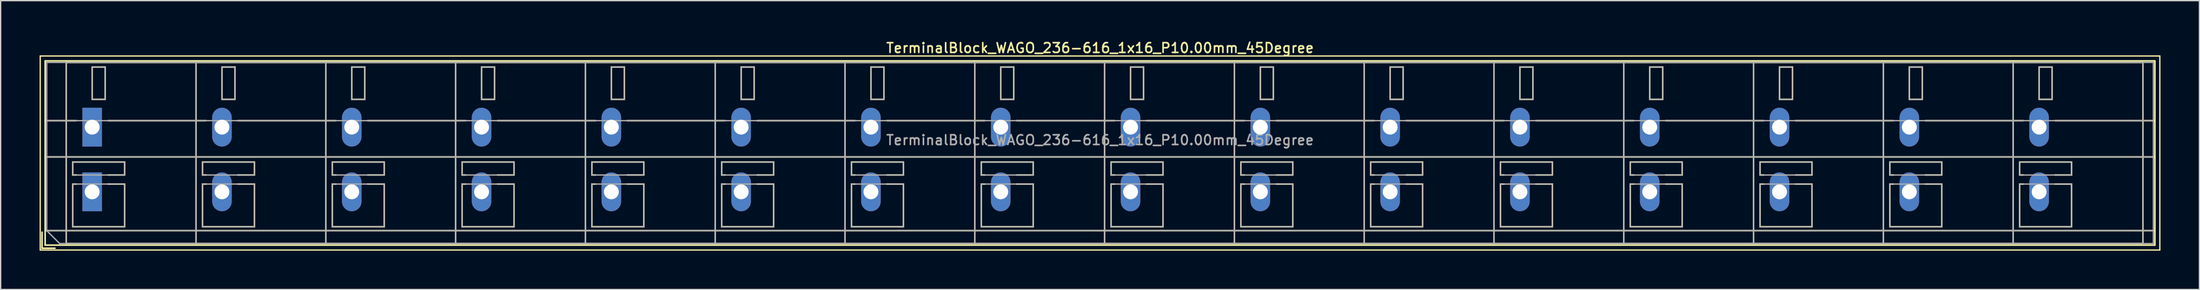
<source format=kicad_pcb>
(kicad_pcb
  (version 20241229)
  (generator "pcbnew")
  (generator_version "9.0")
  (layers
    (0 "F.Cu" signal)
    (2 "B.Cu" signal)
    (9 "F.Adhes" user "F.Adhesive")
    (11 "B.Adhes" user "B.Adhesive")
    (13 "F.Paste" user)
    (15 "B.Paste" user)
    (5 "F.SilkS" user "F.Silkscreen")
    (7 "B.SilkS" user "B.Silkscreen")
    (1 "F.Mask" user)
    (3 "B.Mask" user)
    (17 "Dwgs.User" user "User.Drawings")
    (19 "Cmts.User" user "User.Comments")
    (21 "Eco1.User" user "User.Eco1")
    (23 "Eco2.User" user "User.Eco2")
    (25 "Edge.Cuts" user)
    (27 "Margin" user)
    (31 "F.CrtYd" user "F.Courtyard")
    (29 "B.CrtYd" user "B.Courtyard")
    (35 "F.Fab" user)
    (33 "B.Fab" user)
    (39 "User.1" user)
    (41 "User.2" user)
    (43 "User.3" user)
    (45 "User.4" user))
  (footprint "TerminalBlock_WAGO_236-616_1x16_P10.00mm_45Degree"
    (layer "F.Cu")
    (at 4.05 6.778)
    (property "Reference" "TerminalBlock_WAGO_236-616_1x16_P10.00mm_45Degree" (at 77.65 -6.12 0) (layer "F.SilkS") (effects (font (size 0.75 0.75) (thickness 0.125))))
    (attr through_hole)
    (fp_line (start -4 -5.5) (end -4 9.5) (stroke (width 0.1) (type solid)) (layer "F.SilkS"))
    (fp_line (start -4 9.5) (end 159.3 9.5) (stroke (width 0.1) (type solid)) (layer "F.SilkS"))
    (fp_line (start -3.86 8.12) (end -3.86 9.36) (stroke (width 0.12) (type solid)) (layer "F.SilkS"))
    (fp_line (start -3.86 9.36) (end -2.86 9.36) (stroke (width 0.12) (type solid)) (layer "F.SilkS"))
    (fp_line (start -3.62 -5.12) (end -3.62 9.12) (stroke (width 0.12) (type solid)) (layer "F.SilkS"))
    (fp_line (start -3.62 -5.12) (end 158.92 -5.12) (stroke (width 0.12) (type solid)) (layer "F.SilkS"))
    (fp_line (start -3.62 -0.5) (end -1.23 -0.5) (stroke (width 0.12) (type solid)) (layer "F.SilkS"))
    (fp_line (start -3.62 2.3) (end 158.92 2.3) (stroke (width 0.12) (type solid)) (layer "F.SilkS"))
    (fp_line (start -3.62 8) (end 158.92 8) (stroke (width 0.12) (type solid)) (layer "F.SilkS"))
    (fp_line (start -3.62 9.12) (end 158.92 9.12) (stroke (width 0.12) (type solid)) (layer "F.SilkS"))
    (fp_line (start -2 -5) (end -2 9) (stroke (width 0.12) (type solid)) (layer "F.SilkS"))
    (fp_line (start -2 -5) (end 8 -5) (stroke (width 0.12) (type solid)) (layer "F.SilkS"))
    (fp_line (start -2 9) (end 8 9) (stroke (width 0.12) (type solid)) (layer "F.SilkS"))
    (fp_line (start -1.5 2.7) (end -1.5 3.7) (stroke (width 0.12) (type solid)) (layer "F.SilkS"))
    (fp_line (start -1.5 2.7) (end 2.5 2.7) (stroke (width 0.12) (type solid)) (layer "F.SilkS"))
    (fp_line (start -1.5 3.7) (end -1.23 3.7) (stroke (width 0.12) (type solid)) (layer "F.SilkS"))
    (fp_line (start -1.5 4.4) (end -1.5 7.7) (stroke (width 0.12) (type solid)) (layer "F.SilkS"))
    (fp_line (start -1.5 4.4) (end -1.23 4.4) (stroke (width 0.12) (type solid)) (layer "F.SilkS"))
    (fp_line (start -1.5 7.7) (end 2.5 7.7) (stroke (width 0.12) (type solid)) (layer "F.SilkS"))
    (fp_line (start 0 -4.65) (end 0 -2.151) (stroke (width 0.12) (type solid)) (layer "F.SilkS"))
    (fp_line (start 0 -4.65) (end 1 -4.65) (stroke (width 0.12) (type solid)) (layer "F.SilkS"))
    (fp_line (start 0 -2.151) (end 1 -2.151) (stroke (width 0.12) (type solid)) (layer "F.SilkS"))
    (fp_line (start 1 -4.65) (end 1 -2.151) (stroke (width 0.12) (type solid)) (layer "F.SilkS"))
    (fp_line (start 1.23 -0.5) (end 8.77 -0.5) (stroke (width 0.12) (type solid)) (layer "F.SilkS"))
    (fp_line (start 1.23 3.7) (end 2.5 3.7) (stroke (width 0.12) (type solid)) (layer "F.SilkS"))
    (fp_line (start 1.23 4.4) (end 2.5 4.4) (stroke (width 0.12) (type solid)) (layer "F.SilkS"))
    (fp_line (start 2.5 2.7) (end 2.5 3.7) (stroke (width 0.12) (type solid)) (layer "F.SilkS"))
    (fp_line (start 2.5 4.4) (end 2.5 7.7) (stroke (width 0.12) (type solid)) (layer "F.SilkS"))
    (fp_line (start 8 -5) (end 8 9) (stroke (width 0.12) (type solid)) (layer "F.SilkS"))
    (fp_line (start 8 -5) (end 8 9) (stroke (width 0.12) (type solid)) (layer "F.SilkS"))
    (fp_line (start 8 -5) (end 18 -5) (stroke (width 0.12) (type solid)) (layer "F.SilkS"))
    (fp_line (start 8 9) (end 18 9) (stroke (width 0.12) (type solid)) (layer "F.SilkS"))
    (fp_line (start 8.5 2.7) (end 8.5 3.7) (stroke (width 0.12) (type solid)) (layer "F.SilkS"))
    (fp_line (start 8.5 2.7) (end 12.5 2.7) (stroke (width 0.12) (type solid)) (layer "F.SilkS"))
    (fp_line (start 8.5 3.7) (end 8.77 3.7) (stroke (width 0.12) (type solid)) (layer "F.SilkS"))
    (fp_line (start 8.5 4.4) (end 8.5 7.7) (stroke (width 0.12) (type solid)) (layer "F.SilkS"))
    (fp_line (start 8.5 4.4) (end 8.77 4.4) (stroke (width 0.12) (type solid)) (layer "F.SilkS"))
    (fp_line (start 8.5 7.7) (end 12.5 7.7) (stroke (width 0.12) (type solid)) (layer "F.SilkS"))
    (fp_line (start 10 -4.65) (end 10 -2.151) (stroke (width 0.12) (type solid)) (layer "F.SilkS"))
    (fp_line (start 10 -4.65) (end 11 -4.65) (stroke (width 0.12) (type solid)) (layer "F.SilkS"))
    (fp_line (start 10 -2.151) (end 11 -2.151) (stroke (width 0.12) (type solid)) (layer "F.SilkS"))
    (fp_line (start 11 -4.65) (end 11 -2.151) (stroke (width 0.12) (type solid)) (layer "F.SilkS"))
    (fp_line (start 11.23 -0.5) (end 18.77 -0.5) (stroke (width 0.12) (type solid)) (layer "F.SilkS"))
    (fp_line (start 11.23 3.7) (end 12.5 3.7) (stroke (width 0.12) (type solid)) (layer "F.SilkS"))
    (fp_line (start 11.23 4.4) (end 12.5 4.4) (stroke (width 0.12) (type solid)) (layer "F.SilkS"))
    (fp_line (start 12.5 2.7) (end 12.5 3.7) (stroke (width 0.12) (type solid)) (layer "F.SilkS"))
    (fp_line (start 12.5 4.4) (end 12.5 7.7) (stroke (width 0.12) (type solid)) (layer "F.SilkS"))
    (fp_line (start 18 -5) (end 18 9) (stroke (width 0.12) (type solid)) (layer "F.SilkS"))
    (fp_line (start 18 -5) (end 18 9) (stroke (width 0.12) (type solid)) (layer "F.SilkS"))
    (fp_line (start 18 -5) (end 28 -5) (stroke (width 0.12) (type solid)) (layer "F.SilkS"))
    (fp_line (start 18 9) (end 28 9) (stroke (width 0.12) (type solid)) (layer "F.SilkS"))
    (fp_line (start 18.5 2.7) (end 18.5 3.7) (stroke (width 0.12) (type solid)) (layer "F.SilkS"))
    (fp_line (start 18.5 2.7) (end 22.5 2.7) (stroke (width 0.12) (type solid)) (layer "F.SilkS"))
    (fp_line (start 18.5 3.7) (end 18.77 3.7) (stroke (width 0.12) (type solid)) (layer "F.SilkS"))
    (fp_line (start 18.5 4.4) (end 18.5 7.7) (stroke (width 0.12) (type solid)) (layer "F.SilkS"))
    (fp_line (start 18.5 4.4) (end 18.77 4.4) (stroke (width 0.12) (type solid)) (layer "F.SilkS"))
    (fp_line (start 18.5 7.7) (end 22.5 7.7) (stroke (width 0.12) (type solid)) (layer "F.SilkS"))
    (fp_line (start 20 -4.65) (end 20 -2.151) (stroke (width 0.12) (type solid)) (layer "F.SilkS"))
    (fp_line (start 20 -4.65) (end 21 -4.65) (stroke (width 0.12) (type solid)) (layer "F.SilkS"))
    (fp_line (start 20 -2.151) (end 21 -2.151) (stroke (width 0.12) (type solid)) (layer "F.SilkS"))
    (fp_line (start 21 -4.65) (end 21 -2.151) (stroke (width 0.12) (type solid)) (layer "F.SilkS"))
    (fp_line (start 21.23 -0.5) (end 28.77 -0.5) (stroke (width 0.12) (type solid)) (layer "F.SilkS"))
    (fp_line (start 21.23 3.7) (end 22.5 3.7) (stroke (width 0.12) (type solid)) (layer "F.SilkS"))
    (fp_line (start 21.23 4.4) (end 22.5 4.4) (stroke (width 0.12) (type solid)) (layer "F.SilkS"))
    (fp_line (start 22.5 2.7) (end 22.5 3.7) (stroke (width 0.12) (type solid)) (layer "F.SilkS"))
    (fp_line (start 22.5 4.4) (end 22.5 7.7) (stroke (width 0.12) (type solid)) (layer "F.SilkS"))
    (fp_line (start 28 -5) (end 28 9) (stroke (width 0.12) (type solid)) (layer "F.SilkS"))
    (fp_line (start 28 -5) (end 28 9) (stroke (width 0.12) (type solid)) (layer "F.SilkS"))
    (fp_line (start 28 -5) (end 38 -5) (stroke (width 0.12) (type solid)) (layer "F.SilkS"))
    (fp_line (start 28 9) (end 38 9) (stroke (width 0.12) (type solid)) (layer "F.SilkS"))
    (fp_line (start 28.5 2.7) (end 28.5 3.7) (stroke (width 0.12) (type solid)) (layer "F.SilkS"))
    (fp_line (start 28.5 2.7) (end 32.5 2.7) (stroke (width 0.12) (type solid)) (layer "F.SilkS"))
    (fp_line (start 28.5 3.7) (end 28.77 3.7) (stroke (width 0.12) (type solid)) (layer "F.SilkS"))
    (fp_line (start 28.5 4.4) (end 28.5 7.7) (stroke (width 0.12) (type solid)) (layer "F.SilkS"))
    (fp_line (start 28.5 4.4) (end 28.77 4.4) (stroke (width 0.12) (type solid)) (layer "F.SilkS"))
    (fp_line (start 28.5 7.7) (end 32.5 7.7) (stroke (width 0.12) (type solid)) (layer "F.SilkS"))
    (fp_line (start 30 -4.65) (end 30 -2.151) (stroke (width 0.12) (type solid)) (layer "F.SilkS"))
    (fp_line (start 30 -4.65) (end 31 -4.65) (stroke (width 0.12) (type solid)) (layer "F.SilkS"))
    (fp_line (start 30 -2.151) (end 31 -2.151) (stroke (width 0.12) (type solid)) (layer "F.SilkS"))
    (fp_line (start 31 -4.65) (end 31 -2.151) (stroke (width 0.12) (type solid)) (layer "F.SilkS"))
    (fp_line (start 31.23 -0.5) (end 38.77 -0.5) (stroke (width 0.12) (type solid)) (layer "F.SilkS"))
    (fp_line (start 31.23 3.7) (end 32.5 3.7) (stroke (width 0.12) (type solid)) (layer "F.SilkS"))
    (fp_line (start 31.23 4.4) (end 32.5 4.4) (stroke (width 0.12) (type solid)) (layer "F.SilkS"))
    (fp_line (start 32.5 2.7) (end 32.5 3.7) (stroke (width 0.12) (type solid)) (layer "F.SilkS"))
    (fp_line (start 32.5 4.4) (end 32.5 7.7) (stroke (width 0.12) (type solid)) (layer "F.SilkS"))
    (fp_line (start 38 -5) (end 38 9) (stroke (width 0.12) (type solid)) (layer "F.SilkS"))
    (fp_line (start 38 -5) (end 38 9) (stroke (width 0.12) (type solid)) (layer "F.SilkS"))
    (fp_line (start 38 -5) (end 48 -5) (stroke (width 0.12) (type solid)) (layer "F.SilkS"))
    (fp_line (start 38 9) (end 48 9) (stroke (width 0.12) (type solid)) (layer "F.SilkS"))
    (fp_line (start 38.5 2.7) (end 38.5 3.7) (stroke (width 0.12) (type solid)) (layer "F.SilkS"))
    (fp_line (start 38.5 2.7) (end 42.5 2.7) (stroke (width 0.12) (type solid)) (layer "F.SilkS"))
    (fp_line (start 38.5 3.7) (end 38.77 3.7) (stroke (width 0.12) (type solid)) (layer "F.SilkS"))
    (fp_line (start 38.5 4.4) (end 38.5 7.7) (stroke (width 0.12) (type solid)) (layer "F.SilkS"))
    (fp_line (start 38.5 4.4) (end 38.77 4.4) (stroke (width 0.12) (type solid)) (layer "F.SilkS"))
    (fp_line (start 38.5 7.7) (end 42.5 7.7) (stroke (width 0.12) (type solid)) (layer "F.SilkS"))
    (fp_line (start 40 -4.65) (end 40 -2.151) (stroke (width 0.12) (type solid)) (layer "F.SilkS"))
    (fp_line (start 40 -4.65) (end 41 -4.65) (stroke (width 0.12) (type solid)) (layer "F.SilkS"))
    (fp_line (start 40 -2.151) (end 41 -2.151) (stroke (width 0.12) (type solid)) (layer "F.SilkS"))
    (fp_line (start 41 -4.65) (end 41 -2.151) (stroke (width 0.12) (type solid)) (layer "F.SilkS"))
    (fp_line (start 41.23 -0.5) (end 48.77 -0.5) (stroke (width 0.12) (type solid)) (layer "F.SilkS"))
    (fp_line (start 41.23 3.7) (end 42.5 3.7) (stroke (width 0.12) (type solid)) (layer "F.SilkS"))
    (fp_line (start 41.23 4.4) (end 42.5 4.4) (stroke (width 0.12) (type solid)) (layer "F.SilkS"))
    (fp_line (start 42.5 2.7) (end 42.5 3.7) (stroke (width 0.12) (type solid)) (layer "F.SilkS"))
    (fp_line (start 42.5 4.4) (end 42.5 7.7) (stroke (width 0.12) (type solid)) (layer "F.SilkS"))
    (fp_line (start 48 -5) (end 48 9) (stroke (width 0.12) (type solid)) (layer "F.SilkS"))
    (fp_line (start 48 -5) (end 48 9) (stroke (width 0.12) (type solid)) (layer "F.SilkS"))
    (fp_line (start 48 -5) (end 58 -5) (stroke (width 0.12) (type solid)) (layer "F.SilkS"))
    (fp_line (start 48 9) (end 58 9) (stroke (width 0.12) (type solid)) (layer "F.SilkS"))
    (fp_line (start 48.5 2.7) (end 48.5 3.7) (stroke (width 0.12) (type solid)) (layer "F.SilkS"))
    (fp_line (start 48.5 2.7) (end 52.5 2.7) (stroke (width 0.12) (type solid)) (layer "F.SilkS"))
    (fp_line (start 48.5 3.7) (end 48.77 3.7) (stroke (width 0.12) (type solid)) (layer "F.SilkS"))
    (fp_line (start 48.5 4.4) (end 48.5 7.7) (stroke (width 0.12) (type solid)) (layer "F.SilkS"))
    (fp_line (start 48.5 4.4) (end 48.77 4.4) (stroke (width 0.12) (type solid)) (layer "F.SilkS"))
    (fp_line (start 48.5 7.7) (end 52.5 7.7) (stroke (width 0.12) (type solid)) (layer "F.SilkS"))
    (fp_line (start 50 -4.65) (end 50 -2.151) (stroke (width 0.12) (type solid)) (layer "F.SilkS"))
    (fp_line (start 50 -4.65) (end 51 -4.65) (stroke (width 0.12) (type solid)) (layer "F.SilkS"))
    (fp_line (start 50 -2.151) (end 51 -2.151) (stroke (width 0.12) (type solid)) (layer "F.SilkS"))
    (fp_line (start 51 -4.65) (end 51 -2.151) (stroke (width 0.12) (type solid)) (layer "F.SilkS"))
    (fp_line (start 51.23 -0.5) (end 58.77 -0.5) (stroke (width 0.12) (type solid)) (layer "F.SilkS"))
    (fp_line (start 51.23 3.7) (end 52.5 3.7) (stroke (width 0.12) (type solid)) (layer "F.SilkS"))
    (fp_line (start 51.23 4.4) (end 52.5 4.4) (stroke (width 0.12) (type solid)) (layer "F.SilkS"))
    (fp_line (start 52.5 2.7) (end 52.5 3.7) (stroke (width 0.12) (type solid)) (layer "F.SilkS"))
    (fp_line (start 52.5 4.4) (end 52.5 7.7) (stroke (width 0.12) (type solid)) (layer "F.SilkS"))
    (fp_line (start 58 -5) (end 58 9) (stroke (width 0.12) (type solid)) (layer "F.SilkS"))
    (fp_line (start 58 -5) (end 58 9) (stroke (width 0.12) (type solid)) (layer "F.SilkS"))
    (fp_line (start 58 -5) (end 68 -5) (stroke (width 0.12) (type solid)) (layer "F.SilkS"))
    (fp_line (start 58 9) (end 68 9) (stroke (width 0.12) (type solid)) (layer "F.SilkS"))
    (fp_line (start 58.5 2.7) (end 58.5 3.7) (stroke (width 0.12) (type solid)) (layer "F.SilkS"))
    (fp_line (start 58.5 2.7) (end 62.5 2.7) (stroke (width 0.12) (type solid)) (layer "F.SilkS"))
    (fp_line (start 58.5 3.7) (end 58.77 3.7) (stroke (width 0.12) (type solid)) (layer "F.SilkS"))
    (fp_line (start 58.5 4.4) (end 58.5 7.7) (stroke (width 0.12) (type solid)) (layer "F.SilkS"))
    (fp_line (start 58.5 4.4) (end 58.77 4.4) (stroke (width 0.12) (type solid)) (layer "F.SilkS"))
    (fp_line (start 58.5 7.7) (end 62.5 7.7) (stroke (width 0.12) (type solid)) (layer "F.SilkS"))
    (fp_line (start 60 -4.65) (end 60 -2.151) (stroke (width 0.12) (type solid)) (layer "F.SilkS"))
    (fp_line (start 60 -4.65) (end 61 -4.65) (stroke (width 0.12) (type solid)) (layer "F.SilkS"))
    (fp_line (start 60 -2.151) (end 61 -2.151) (stroke (width 0.12) (type solid)) (layer "F.SilkS"))
    (fp_line (start 61 -4.65) (end 61 -2.151) (stroke (width 0.12) (type solid)) (layer "F.SilkS"))
    (fp_line (start 61.23 -0.5) (end 68.77 -0.5) (stroke (width 0.12) (type solid)) (layer "F.SilkS"))
    (fp_line (start 61.23 3.7) (end 62.5 3.7) (stroke (width 0.12) (type solid)) (layer "F.SilkS"))
    (fp_line (start 61.23 4.4) (end 62.5 4.4) (stroke (width 0.12) (type solid)) (layer "F.SilkS"))
    (fp_line (start 62.5 2.7) (end 62.5 3.7) (stroke (width 0.12) (type solid)) (layer "F.SilkS"))
    (fp_line (start 62.5 4.4) (end 62.5 7.7) (stroke (width 0.12) (type solid)) (layer "F.SilkS"))
    (fp_line (start 68 -5) (end 68 9) (stroke (width 0.12) (type solid)) (layer "F.SilkS"))
    (fp_line (start 68 -5) (end 68 9) (stroke (width 0.12) (type solid)) (layer "F.SilkS"))
    (fp_line (start 68 -5) (end 78 -5) (stroke (width 0.12) (type solid)) (layer "F.SilkS"))
    (fp_line (start 68 9) (end 78 9) (stroke (width 0.12) (type solid)) (layer "F.SilkS"))
    (fp_line (start 68.5 2.7) (end 68.5 3.7) (stroke (width 0.12) (type solid)) (layer "F.SilkS"))
    (fp_line (start 68.5 2.7) (end 72.5 2.7) (stroke (width 0.12) (type solid)) (layer "F.SilkS"))
    (fp_line (start 68.5 3.7) (end 68.77 3.7) (stroke (width 0.12) (type solid)) (layer "F.SilkS"))
    (fp_line (start 68.5 4.4) (end 68.5 7.7) (stroke (width 0.12) (type solid)) (layer "F.SilkS"))
    (fp_line (start 68.5 4.4) (end 68.77 4.4) (stroke (width 0.12) (type solid)) (layer "F.SilkS"))
    (fp_line (start 68.5 7.7) (end 72.5 7.7) (stroke (width 0.12) (type solid)) (layer "F.SilkS"))
    (fp_line (start 70 -4.65) (end 70 -2.151) (stroke (width 0.12) (type solid)) (layer "F.SilkS"))
    (fp_line (start 70 -4.65) (end 71 -4.65) (stroke (width 0.12) (type solid)) (layer "F.SilkS"))
    (fp_line (start 70 -2.151) (end 71 -2.151) (stroke (width 0.12) (type solid)) (layer "F.SilkS"))
    (fp_line (start 71 -4.65) (end 71 -2.151) (stroke (width 0.12) (type solid)) (layer "F.SilkS"))
    (fp_line (start 71.23 -0.5) (end 78.77 -0.5) (stroke (width 0.12) (type solid)) (layer "F.SilkS"))
    (fp_line (start 71.23 3.7) (end 72.5 3.7) (stroke (width 0.12) (type solid)) (layer "F.SilkS"))
    (fp_line (start 71.23 4.4) (end 72.5 4.4) (stroke (width 0.12) (type solid)) (layer "F.SilkS"))
    (fp_line (start 72.5 2.7) (end 72.5 3.7) (stroke (width 0.12) (type solid)) (layer "F.SilkS"))
    (fp_line (start 72.5 4.4) (end 72.5 7.7) (stroke (width 0.12) (type solid)) (layer "F.SilkS"))
    (fp_line (start 78 -5) (end 78 9) (stroke (width 0.12) (type solid)) (layer "F.SilkS"))
    (fp_line (start 78 -5) (end 78 9) (stroke (width 0.12) (type solid)) (layer "F.SilkS"))
    (fp_line (start 78 -5) (end 88 -5) (stroke (width 0.12) (type solid)) (layer "F.SilkS"))
    (fp_line (start 78 9) (end 88 9) (stroke (width 0.12) (type solid)) (layer "F.SilkS"))
    (fp_line (start 78.5 2.7) (end 78.5 3.7) (stroke (width 0.12) (type solid)) (layer "F.SilkS"))
    (fp_line (start 78.5 2.7) (end 82.5 2.7) (stroke (width 0.12) (type solid)) (layer "F.SilkS"))
    (fp_line (start 78.5 3.7) (end 78.77 3.7) (stroke (width 0.12) (type solid)) (layer "F.SilkS"))
    (fp_line (start 78.5 4.4) (end 78.5 7.7) (stroke (width 0.12) (type solid)) (layer "F.SilkS"))
    (fp_line (start 78.5 4.4) (end 78.77 4.4) (stroke (width 0.12) (type solid)) (layer "F.SilkS"))
    (fp_line (start 78.5 7.7) (end 82.5 7.7) (stroke (width 0.12) (type solid)) (layer "F.SilkS"))
    (fp_line (start 80 -4.65) (end 80 -2.151) (stroke (width 0.12) (type solid)) (layer "F.SilkS"))
    (fp_line (start 80 -4.65) (end 81 -4.65) (stroke (width 0.12) (type solid)) (layer "F.SilkS"))
    (fp_line (start 80 -2.151) (end 81 -2.151) (stroke (width 0.12) (type solid)) (layer "F.SilkS"))
    (fp_line (start 81 -4.65) (end 81 -2.151) (stroke (width 0.12) (type solid)) (layer "F.SilkS"))
    (fp_line (start 81.23 -0.5) (end 88.77 -0.5) (stroke (width 0.12) (type solid)) (layer "F.SilkS"))
    (fp_line (start 81.23 3.7) (end 82.5 3.7) (stroke (width 0.12) (type solid)) (layer "F.SilkS"))
    (fp_line (start 81.23 4.4) (end 82.5 4.4) (stroke (width 0.12) (type solid)) (layer "F.SilkS"))
    (fp_line (start 82.5 2.7) (end 82.5 3.7) (stroke (width 0.12) (type solid)) (layer "F.SilkS"))
    (fp_line (start 82.5 4.4) (end 82.5 7.7) (stroke (width 0.12) (type solid)) (layer "F.SilkS"))
    (fp_line (start 88 -5) (end 88 9) (stroke (width 0.12) (type solid)) (layer "F.SilkS"))
    (fp_line (start 88 -5) (end 88 9) (stroke (width 0.12) (type solid)) (layer "F.SilkS"))
    (fp_line (start 88 -5) (end 98 -5) (stroke (width 0.12) (type solid)) (layer "F.SilkS"))
    (fp_line (start 88 9) (end 98 9) (stroke (width 0.12) (type solid)) (layer "F.SilkS"))
    (fp_line (start 88.5 2.7) (end 88.5 3.7) (stroke (width 0.12) (type solid)) (layer "F.SilkS"))
    (fp_line (start 88.5 2.7) (end 92.5 2.7) (stroke (width 0.12) (type solid)) (layer "F.SilkS"))
    (fp_line (start 88.5 3.7) (end 88.77 3.7) (stroke (width 0.12) (type solid)) (layer "F.SilkS"))
    (fp_line (start 88.5 4.4) (end 88.5 7.7) (stroke (width 0.12) (type solid)) (layer "F.SilkS"))
    (fp_line (start 88.5 4.4) (end 88.77 4.4) (stroke (width 0.12) (type solid)) (layer "F.SilkS"))
    (fp_line (start 88.5 7.7) (end 92.5 7.7) (stroke (width 0.12) (type solid)) (layer "F.SilkS"))
    (fp_line (start 90 -4.65) (end 90 -2.151) (stroke (width 0.12) (type solid)) (layer "F.SilkS"))
    (fp_line (start 90 -4.65) (end 91 -4.65) (stroke (width 0.12) (type solid)) (layer "F.SilkS"))
    (fp_line (start 90 -2.151) (end 91 -2.151) (stroke (width 0.12) (type solid)) (layer "F.SilkS"))
    (fp_line (start 91 -4.65) (end 91 -2.151) (stroke (width 0.12) (type solid)) (layer "F.SilkS"))
    (fp_line (start 91.23 -0.5) (end 98.77 -0.5) (stroke (width 0.12) (type solid)) (layer "F.SilkS"))
    (fp_line (start 91.23 3.7) (end 92.5 3.7) (stroke (width 0.12) (type solid)) (layer "F.SilkS"))
    (fp_line (start 91.23 4.4) (end 92.5 4.4) (stroke (width 0.12) (type solid)) (layer "F.SilkS"))
    (fp_line (start 92.5 2.7) (end 92.5 3.7) (stroke (width 0.12) (type solid)) (layer "F.SilkS"))
    (fp_line (start 92.5 4.4) (end 92.5 7.7) (stroke (width 0.12) (type solid)) (layer "F.SilkS"))
    (fp_line (start 98 -5) (end 98 9) (stroke (width 0.12) (type solid)) (layer "F.SilkS"))
    (fp_line (start 98 -5) (end 98 9) (stroke (width 0.12) (type solid)) (layer "F.SilkS"))
    (fp_line (start 98 -5) (end 108 -5) (stroke (width 0.12) (type solid)) (layer "F.SilkS"))
    (fp_line (start 98 9) (end 108 9) (stroke (width 0.12) (type solid)) (layer "F.SilkS"))
    (fp_line (start 98.5 2.7) (end 98.5 3.7) (stroke (width 0.12) (type solid)) (layer "F.SilkS"))
    (fp_line (start 98.5 2.7) (end 102.5 2.7) (stroke (width 0.12) (type solid)) (layer "F.SilkS"))
    (fp_line (start 98.5 3.7) (end 98.77 3.7) (stroke (width 0.12) (type solid)) (layer "F.SilkS"))
    (fp_line (start 98.5 4.4) (end 98.5 7.7) (stroke (width 0.12) (type solid)) (layer "F.SilkS"))
    (fp_line (start 98.5 4.4) (end 98.77 4.4) (stroke (width 0.12) (type solid)) (layer "F.SilkS"))
    (fp_line (start 98.5 7.7) (end 102.5 7.7) (stroke (width 0.12) (type solid)) (layer "F.SilkS"))
    (fp_line (start 100 -4.65) (end 100 -2.151) (stroke (width 0.12) (type solid)) (layer "F.SilkS"))
    (fp_line (start 100 -4.65) (end 101 -4.65) (stroke (width 0.12) (type solid)) (layer "F.SilkS"))
    (fp_line (start 100 -2.151) (end 101 -2.151) (stroke (width 0.12) (type solid)) (layer "F.SilkS"))
    (fp_line (start 101 -4.65) (end 101 -2.151) (stroke (width 0.12) (type solid)) (layer "F.SilkS"))
    (fp_line (start 101.23 -0.5) (end 108.77 -0.5) (stroke (width 0.12) (type solid)) (layer "F.SilkS"))
    (fp_line (start 101.23 3.7) (end 102.5 3.7) (stroke (width 0.12) (type solid)) (layer "F.SilkS"))
    (fp_line (start 101.23 4.4) (end 102.5 4.4) (stroke (width 0.12) (type solid)) (layer "F.SilkS"))
    (fp_line (start 102.5 2.7) (end 102.5 3.7) (stroke (width 0.12) (type solid)) (layer "F.SilkS"))
    (fp_line (start 102.5 4.4) (end 102.5 7.7) (stroke (width 0.12) (type solid)) (layer "F.SilkS"))
    (fp_line (start 108 -5) (end 108 9) (stroke (width 0.12) (type solid)) (layer "F.SilkS"))
    (fp_line (start 108 -5) (end 108 9) (stroke (width 0.12) (type solid)) (layer "F.SilkS"))
    (fp_line (start 108 -5) (end 118 -5) (stroke (width 0.12) (type solid)) (layer "F.SilkS"))
    (fp_line (start 108 9) (end 118 9) (stroke (width 0.12) (type solid)) (layer "F.SilkS"))
    (fp_line (start 108.5 2.7) (end 108.5 3.7) (stroke (width 0.12) (type solid)) (layer "F.SilkS"))
    (fp_line (start 108.5 2.7) (end 112.5 2.7) (stroke (width 0.12) (type solid)) (layer "F.SilkS"))
    (fp_line (start 108.5 3.7) (end 108.77 3.7) (stroke (width 0.12) (type solid)) (layer "F.SilkS"))
    (fp_line (start 108.5 4.4) (end 108.5 7.7) (stroke (width 0.12) (type solid)) (layer "F.SilkS"))
    (fp_line (start 108.5 4.4) (end 108.77 4.4) (stroke (width 0.12) (type solid)) (layer "F.SilkS"))
    (fp_line (start 108.5 7.7) (end 112.5 7.7) (stroke (width 0.12) (type solid)) (layer "F.SilkS"))
    (fp_line (start 110 -4.65) (end 110 -2.151) (stroke (width 0.12) (type solid)) (layer "F.SilkS"))
    (fp_line (start 110 -4.65) (end 111 -4.65) (stroke (width 0.12) (type solid)) (layer "F.SilkS"))
    (fp_line (start 110 -2.151) (end 111 -2.151) (stroke (width 0.12) (type solid)) (layer "F.SilkS"))
    (fp_line (start 111 -4.65) (end 111 -2.151) (stroke (width 0.12) (type solid)) (layer "F.SilkS"))
    (fp_line (start 111.23 -0.5) (end 118.77 -0.5) (stroke (width 0.12) (type solid)) (layer "F.SilkS"))
    (fp_line (start 111.23 3.7) (end 112.5 3.7) (stroke (width 0.12) (type solid)) (layer "F.SilkS"))
    (fp_line (start 111.23 4.4) (end 112.5 4.4) (stroke (width 0.12) (type solid)) (layer "F.SilkS"))
    (fp_line (start 112.5 2.7) (end 112.5 3.7) (stroke (width 0.12) (type solid)) (layer "F.SilkS"))
    (fp_line (start 112.5 4.4) (end 112.5 7.7) (stroke (width 0.12) (type solid)) (layer "F.SilkS"))
    (fp_line (start 118 -5) (end 118 9) (stroke (width 0.12) (type solid)) (layer "F.SilkS"))
    (fp_line (start 118 -5) (end 118 9) (stroke (width 0.12) (type solid)) (layer "F.SilkS"))
    (fp_line (start 118 -5) (end 128 -5) (stroke (width 0.12) (type solid)) (layer "F.SilkS"))
    (fp_line (start 118 9) (end 128 9) (stroke (width 0.12) (type solid)) (layer "F.SilkS"))
    (fp_line (start 118.5 2.7) (end 118.5 3.7) (stroke (width 0.12) (type solid)) (layer "F.SilkS"))
    (fp_line (start 118.5 2.7) (end 122.5 2.7) (stroke (width 0.12) (type solid)) (layer "F.SilkS"))
    (fp_line (start 118.5 3.7) (end 118.77 3.7) (stroke (width 0.12) (type solid)) (layer "F.SilkS"))
    (fp_line (start 118.5 4.4) (end 118.5 7.7) (stroke (width 0.12) (type solid)) (layer "F.SilkS"))
    (fp_line (start 118.5 4.4) (end 118.77 4.4) (stroke (width 0.12) (type solid)) (layer "F.SilkS"))
    (fp_line (start 118.5 7.7) (end 122.5 7.7) (stroke (width 0.12) (type solid)) (layer "F.SilkS"))
    (fp_line (start 120 -4.65) (end 120 -2.151) (stroke (width 0.12) (type solid)) (layer "F.SilkS"))
    (fp_line (start 120 -4.65) (end 121 -4.65) (stroke (width 0.12) (type solid)) (layer "F.SilkS"))
    (fp_line (start 120 -2.151) (end 121 -2.151) (stroke (width 0.12) (type solid)) (layer "F.SilkS"))
    (fp_line (start 121 -4.65) (end 121 -2.151) (stroke (width 0.12) (type solid)) (layer "F.SilkS"))
    (fp_line (start 121.23 -0.5) (end 128.771 -0.5) (stroke (width 0.12) (type solid)) (layer "F.SilkS"))
    (fp_line (start 121.23 3.7) (end 122.5 3.7) (stroke (width 0.12) (type solid)) (layer "F.SilkS"))
    (fp_line (start 121.23 4.4) (end 122.5 4.4) (stroke (width 0.12) (type solid)) (layer "F.SilkS"))
    (fp_line (start 122.5 2.7) (end 122.5 3.7) (stroke (width 0.12) (type solid)) (layer "F.SilkS"))
    (fp_line (start 122.5 4.4) (end 122.5 7.7) (stroke (width 0.12) (type solid)) (layer "F.SilkS"))
    (fp_line (start 128 -5) (end 128 9) (stroke (width 0.12) (type solid)) (layer "F.SilkS"))
    (fp_line (start 128 -5) (end 128 9) (stroke (width 0.12) (type solid)) (layer "F.SilkS"))
    (fp_line (start 128 -5) (end 138 -5) (stroke (width 0.12) (type solid)) (layer "F.SilkS"))
    (fp_line (start 128 9) (end 138 9) (stroke (width 0.12) (type solid)) (layer "F.SilkS"))
    (fp_line (start 128.5 2.7) (end 128.5 3.7) (stroke (width 0.12) (type solid)) (layer "F.SilkS"))
    (fp_line (start 128.5 2.7) (end 132.5 2.7) (stroke (width 0.12) (type solid)) (layer "F.SilkS"))
    (fp_line (start 128.5 3.7) (end 128.771 3.7) (stroke (width 0.12) (type solid)) (layer "F.SilkS"))
    (fp_line (start 128.5 4.4) (end 128.5 7.7) (stroke (width 0.12) (type solid)) (layer "F.SilkS"))
    (fp_line (start 128.5 4.4) (end 128.771 4.4) (stroke (width 0.12) (type solid)) (layer "F.SilkS"))
    (fp_line (start 128.5 7.7) (end 132.5 7.7) (stroke (width 0.12) (type solid)) (layer "F.SilkS"))
    (fp_line (start 130 -4.65) (end 130 -2.151) (stroke (width 0.12) (type solid)) (layer "F.SilkS"))
    (fp_line (start 130 -4.65) (end 131 -4.65) (stroke (width 0.12) (type solid)) (layer "F.SilkS"))
    (fp_line (start 130 -2.151) (end 131 -2.151) (stroke (width 0.12) (type solid)) (layer "F.SilkS"))
    (fp_line (start 131 -4.65) (end 131 -2.151) (stroke (width 0.12) (type solid)) (layer "F.SilkS"))
    (fp_line (start 131.23 -0.5) (end 138.77 -0.5) (stroke (width 0.12) (type solid)) (layer "F.SilkS"))
    (fp_line (start 131.23 3.7) (end 132.5 3.7) (stroke (width 0.12) (type solid)) (layer "F.SilkS"))
    (fp_line (start 131.23 4.4) (end 132.5 4.4) (stroke (width 0.12) (type solid)) (layer "F.SilkS"))
    (fp_line (start 132.5 2.7) (end 132.5 3.7) (stroke (width 0.12) (type solid)) (layer "F.SilkS"))
    (fp_line (start 132.5 4.4) (end 132.5 7.7) (stroke (width 0.12) (type solid)) (layer "F.SilkS"))
    (fp_line (start 138 -5) (end 138 9) (stroke (width 0.12) (type solid)) (layer "F.SilkS"))
    (fp_line (start 138 -5) (end 138 9) (stroke (width 0.12) (type solid)) (layer "F.SilkS"))
    (fp_line (start 138 -5) (end 148 -5) (stroke (width 0.12) (type solid)) (layer "F.SilkS"))
    (fp_line (start 138 9) (end 148 9) (stroke (width 0.12) (type solid)) (layer "F.SilkS"))
    (fp_line (start 138.5 2.7) (end 138.5 3.7) (stroke (width 0.12) (type solid)) (layer "F.SilkS"))
    (fp_line (start 138.5 2.7) (end 142.5 2.7) (stroke (width 0.12) (type solid)) (layer "F.SilkS"))
    (fp_line (start 138.5 3.7) (end 138.77 3.7) (stroke (width 0.12) (type solid)) (layer "F.SilkS"))
    (fp_line (start 138.5 4.4) (end 138.5 7.7) (stroke (width 0.12) (type solid)) (layer "F.SilkS"))
    (fp_line (start 138.5 4.4) (end 138.77 4.4) (stroke (width 0.12) (type solid)) (layer "F.SilkS"))
    (fp_line (start 138.5 7.7) (end 142.5 7.7) (stroke (width 0.12) (type solid)) (layer "F.SilkS"))
    (fp_line (start 140 -4.65) (end 140 -2.151) (stroke (width 0.12) (type solid)) (layer "F.SilkS"))
    (fp_line (start 140 -4.65) (end 141 -4.65) (stroke (width 0.12) (type solid)) (layer "F.SilkS"))
    (fp_line (start 140 -2.151) (end 141 -2.151) (stroke (width 0.12) (type solid)) (layer "F.SilkS"))
    (fp_line (start 141 -4.65) (end 141 -2.151) (stroke (width 0.12) (type solid)) (layer "F.SilkS"))
    (fp_line (start 141.23 -0.5) (end 148.77 -0.5) (stroke (width 0.12) (type solid)) (layer "F.SilkS"))
    (fp_line (start 141.23 3.7) (end 142.5 3.7) (stroke (width 0.12) (type solid)) (layer "F.SilkS"))
    (fp_line (start 141.23 4.4) (end 142.5 4.4) (stroke (width 0.12) (type solid)) (layer "F.SilkS"))
    (fp_line (start 142.5 2.7) (end 142.5 3.7) (stroke (width 0.12) (type solid)) (layer "F.SilkS"))
    (fp_line (start 142.5 4.4) (end 142.5 7.7) (stroke (width 0.12) (type solid)) (layer "F.SilkS"))
    (fp_line (start 148 -5) (end 148 9) (stroke (width 0.12) (type solid)) (layer "F.SilkS"))
    (fp_line (start 148 -5) (end 148 9) (stroke (width 0.12) (type solid)) (layer "F.SilkS"))
    (fp_line (start 148 -5) (end 158 -5) (stroke (width 0.12) (type solid)) (layer "F.SilkS"))
    (fp_line (start 148 9) (end 158 9) (stroke (width 0.12) (type solid)) (layer "F.SilkS"))
    (fp_line (start 148.5 2.7) (end 148.5 3.7) (stroke (width 0.12) (type solid)) (layer "F.SilkS"))
    (fp_line (start 148.5 2.7) (end 152.5 2.7) (stroke (width 0.12) (type solid)) (layer "F.SilkS"))
    (fp_line (start 148.5 3.7) (end 148.77 3.7) (stroke (width 0.12) (type solid)) (layer "F.SilkS"))
    (fp_line (start 148.5 4.4) (end 148.5 7.7) (stroke (width 0.12) (type solid)) (layer "F.SilkS"))
    (fp_line (start 148.5 4.4) (end 148.77 4.4) (stroke (width 0.12) (type solid)) (layer "F.SilkS"))
    (fp_line (start 148.5 7.7) (end 152.5 7.7) (stroke (width 0.12) (type solid)) (layer "F.SilkS"))
    (fp_line (start 150 -4.65) (end 150 -2.151) (stroke (width 0.12) (type solid)) (layer "F.SilkS"))
    (fp_line (start 150 -4.65) (end 151 -4.65) (stroke (width 0.12) (type solid)) (layer "F.SilkS"))
    (fp_line (start 150 -2.151) (end 151 -2.151) (stroke (width 0.12) (type solid)) (layer "F.SilkS"))
    (fp_line (start 151 -4.65) (end 151 -2.151) (stroke (width 0.12) (type solid)) (layer "F.SilkS"))
    (fp_line (start 151.23 -0.5) (end 158.92 -0.5) (stroke (width 0.12) (type solid)) (layer "F.SilkS"))
    (fp_line (start 151.23 3.7) (end 152.5 3.7) (stroke (width 0.12) (type solid)) (layer "F.SilkS"))
    (fp_line (start 151.23 4.4) (end 152.5 4.4) (stroke (width 0.12) (type solid)) (layer "F.SilkS"))
    (fp_line (start 152.5 2.7) (end 152.5 3.7) (stroke (width 0.12) (type solid)) (layer "F.SilkS"))
    (fp_line (start 152.5 4.4) (end 152.5 7.7) (stroke (width 0.12) (type solid)) (layer "F.SilkS"))
    (fp_line (start 158 -5) (end 158 9) (stroke (width 0.12) (type solid)) (layer "F.SilkS"))
    (fp_line (start 158.92 -5.12) (end 158.92 9.12) (stroke (width 0.12) (type solid)) (layer "F.SilkS"))
    (fp_line (start 159.3 -5.5) (end -4 -5.5) (stroke (width 0.1) (type solid)) (layer "F.SilkS"))
    (fp_line (start 159.3 9.5) (end 159.3 -5.5) (stroke (width 0.1) (type solid)) (layer "F.SilkS"))
    (fp_line (start -3.5 -5) (end 158.8 -5) (stroke (width 0.1) (type solid)) (layer "F.Fab"))
    (fp_line (start -3.5 -0.5) (end 158.8 -0.5) (stroke (width 0.1) (type solid)) (layer "F.Fab"))
    (fp_line (start -3.5 2.3) (end 158.8 2.3) (stroke (width 0.1) (type solid)) (layer "F.Fab"))
    (fp_line (start -3.5 8) (end -3.5 -5) (stroke (width 0.1) (type solid)) (layer "F.Fab"))
    (fp_line (start -3.5 8) (end 158.8 8) (stroke (width 0.1) (type solid)) (layer "F.Fab"))
    (fp_line (start -2.5 9) (end -3.5 8) (stroke (width 0.1) (type solid)) (layer "F.Fab"))
    (fp_line (start -2 -5) (end -2 9) (stroke (width 0.1) (type solid)) (layer "F.Fab"))
    (fp_line (start -2 9) (end 8 9) (stroke (width 0.1) (type solid)) (layer "F.Fab"))
    (fp_line (start -1.5 2.7) (end -1.5 3.7) (stroke (width 0.1) (type solid)) (layer "F.Fab"))
    (fp_line (start -1.5 3.7) (end 2.5 3.7) (stroke (width 0.1) (type solid)) (layer "F.Fab"))
    (fp_line (start -1.5 4.4) (end -1.5 7.7) (stroke (width 0.1) (type solid)) (layer "F.Fab"))
    (fp_line (start -1.5 7.7) (end 2.5 7.7) (stroke (width 0.1) (type solid)) (layer "F.Fab"))
    (fp_line (start 0 -4.65) (end 0 -2.15) (stroke (width 0.1) (type solid)) (layer "F.Fab"))
    (fp_line (start 0 -2.15) (end 1 -2.15) (stroke (width 0.1) (type solid)) (layer "F.Fab"))
    (fp_line (start 1 -4.65) (end 0 -4.65) (stroke (width 0.1) (type solid)) (layer "F.Fab"))
    (fp_line (start 1 -2.15) (end 1 -4.65) (stroke (width 0.1) (type solid)) (layer "F.Fab"))
    (fp_line (start 2.5 2.7) (end -1.5 2.7) (stroke (width 0.1) (type solid)) (layer "F.Fab"))
    (fp_line (start 2.5 3.7) (end 2.5 2.7) (stroke (width 0.1) (type solid)) (layer "F.Fab"))
    (fp_line (start 2.5 4.4) (end -1.5 4.4) (stroke (width 0.1) (type solid)) (layer "F.Fab"))
    (fp_line (start 2.5 7.7) (end 2.5 4.4) (stroke (width 0.1) (type solid)) (layer "F.Fab"))
    (fp_line (start 8 -5) (end -2 -5) (stroke (width 0.1) (type solid)) (layer "F.Fab"))
    (fp_line (start 8 -5) (end 8 9) (stroke (width 0.1) (type solid)) (layer "F.Fab"))
    (fp_line (start 8 9) (end 8 -5) (stroke (width 0.1) (type solid)) (layer "F.Fab"))
    (fp_line (start 8 9) (end 18 9) (stroke (width 0.1) (type solid)) (layer "F.Fab"))
    (fp_line (start 8.5 2.7) (end 8.5 3.7) (stroke (width 0.1) (type solid)) (layer "F.Fab"))
    (fp_line (start 8.5 3.7) (end 12.5 3.7) (stroke (width 0.1) (type solid)) (layer "F.Fab"))
    (fp_line (start 8.5 4.4) (end 8.5 7.7) (stroke (width 0.1) (type solid)) (layer "F.Fab"))
    (fp_line (start 8.5 7.7) (end 12.5 7.7) (stroke (width 0.1) (type solid)) (layer "F.Fab"))
    (fp_line (start 10 -4.65) (end 10 -2.15) (stroke (width 0.1) (type solid)) (layer "F.Fab"))
    (fp_line (start 10 -2.15) (end 11 -2.15) (stroke (width 0.1) (type solid)) (layer "F.Fab"))
    (fp_line (start 11 -4.65) (end 10 -4.65) (stroke (width 0.1) (type solid)) (layer "F.Fab"))
    (fp_line (start 11 -2.15) (end 11 -4.65) (stroke (width 0.1) (type solid)) (layer "F.Fab"))
    (fp_line (start 12.5 2.7) (end 8.5 2.7) (stroke (width 0.1) (type solid)) (layer "F.Fab"))
    (fp_line (start 12.5 3.7) (end 12.5 2.7) (stroke (width 0.1) (type solid)) (layer "F.Fab"))
    (fp_line (start 12.5 4.4) (end 8.5 4.4) (stroke (width 0.1) (type solid)) (layer "F.Fab"))
    (fp_line (start 12.5 7.7) (end 12.5 4.4) (stroke (width 0.1) (type solid)) (layer "F.Fab"))
    (fp_line (start 18 -5) (end 8 -5) (stroke (width 0.1) (type solid)) (layer "F.Fab"))
    (fp_line (start 18 -5) (end 18 9) (stroke (width 0.1) (type solid)) (layer "F.Fab"))
    (fp_line (start 18 9) (end 18 -5) (stroke (width 0.1) (type solid)) (layer "F.Fab"))
    (fp_line (start 18 9) (end 28 9) (stroke (width 0.1) (type solid)) (layer "F.Fab"))
    (fp_line (start 18.5 2.7) (end 18.5 3.7) (stroke (width 0.1) (type solid)) (layer "F.Fab"))
    (fp_line (start 18.5 3.7) (end 22.5 3.7) (stroke (width 0.1) (type solid)) (layer "F.Fab"))
    (fp_line (start 18.5 4.4) (end 18.5 7.7) (stroke (width 0.1) (type solid)) (layer "F.Fab"))
    (fp_line (start 18.5 7.7) (end 22.5 7.7) (stroke (width 0.1) (type solid)) (layer "F.Fab"))
    (fp_line (start 20 -4.65) (end 20 -2.15) (stroke (width 0.1) (type solid)) (layer "F.Fab"))
    (fp_line (start 20 -2.15) (end 21 -2.15) (stroke (width 0.1) (type solid)) (layer "F.Fab"))
    (fp_line (start 21 -4.65) (end 20 -4.65) (stroke (width 0.1) (type solid)) (layer "F.Fab"))
    (fp_line (start 21 -2.15) (end 21 -4.65) (stroke (width 0.1) (type solid)) (layer "F.Fab"))
    (fp_line (start 22.5 2.7) (end 18.5 2.7) (stroke (width 0.1) (type solid)) (layer "F.Fab"))
    (fp_line (start 22.5 3.7) (end 22.5 2.7) (stroke (width 0.1) (type solid)) (layer "F.Fab"))
    (fp_line (start 22.5 4.4) (end 18.5 4.4) (stroke (width 0.1) (type solid)) (layer "F.Fab"))
    (fp_line (start 22.5 7.7) (end 22.5 4.4) (stroke (width 0.1) (type solid)) (layer "F.Fab"))
    (fp_line (start 28 -5) (end 18 -5) (stroke (width 0.1) (type solid)) (layer "F.Fab"))
    (fp_line (start 28 -5) (end 28 9) (stroke (width 0.1) (type solid)) (layer "F.Fab"))
    (fp_line (start 28 9) (end 28 -5) (stroke (width 0.1) (type solid)) (layer "F.Fab"))
    (fp_line (start 28 9) (end 38 9) (stroke (width 0.1) (type solid)) (layer "F.Fab"))
    (fp_line (start 28.5 2.7) (end 28.5 3.7) (stroke (width 0.1) (type solid)) (layer "F.Fab"))
    (fp_line (start 28.5 3.7) (end 32.5 3.7) (stroke (width 0.1) (type solid)) (layer "F.Fab"))
    (fp_line (start 28.5 4.4) (end 28.5 7.7) (stroke (width 0.1) (type solid)) (layer "F.Fab"))
    (fp_line (start 28.5 7.7) (end 32.5 7.7) (stroke (width 0.1) (type solid)) (layer "F.Fab"))
    (fp_line (start 30 -4.65) (end 30 -2.15) (stroke (width 0.1) (type solid)) (layer "F.Fab"))
    (fp_line (start 30 -2.15) (end 31 -2.15) (stroke (width 0.1) (type solid)) (layer "F.Fab"))
    (fp_line (start 31 -4.65) (end 30 -4.65) (stroke (width 0.1) (type solid)) (layer "F.Fab"))
    (fp_line (start 31 -2.15) (end 31 -4.65) (stroke (width 0.1) (type solid)) (layer "F.Fab"))
    (fp_line (start 32.5 2.7) (end 28.5 2.7) (stroke (width 0.1) (type solid)) (layer "F.Fab"))
    (fp_line (start 32.5 3.7) (end 32.5 2.7) (stroke (width 0.1) (type solid)) (layer "F.Fab"))
    (fp_line (start 32.5 4.4) (end 28.5 4.4) (stroke (width 0.1) (type solid)) (layer "F.Fab"))
    (fp_line (start 32.5 7.7) (end 32.5 4.4) (stroke (width 0.1) (type solid)) (layer "F.Fab"))
    (fp_line (start 38 -5) (end 28 -5) (stroke (width 0.1) (type solid)) (layer "F.Fab"))
    (fp_line (start 38 -5) (end 38 9) (stroke (width 0.1) (type solid)) (layer "F.Fab"))
    (fp_line (start 38 9) (end 38 -5) (stroke (width 0.1) (type solid)) (layer "F.Fab"))
    (fp_line (start 38 9) (end 48 9) (stroke (width 0.1) (type solid)) (layer "F.Fab"))
    (fp_line (start 38.5 2.7) (end 38.5 3.7) (stroke (width 0.1) (type solid)) (layer "F.Fab"))
    (fp_line (start 38.5 3.7) (end 42.5 3.7) (stroke (width 0.1) (type solid)) (layer "F.Fab"))
    (fp_line (start 38.5 4.4) (end 38.5 7.7) (stroke (width 0.1) (type solid)) (layer "F.Fab"))
    (fp_line (start 38.5 7.7) (end 42.5 7.7) (stroke (width 0.1) (type solid)) (layer "F.Fab"))
    (fp_line (start 40 -4.65) (end 40 -2.15) (stroke (width 0.1) (type solid)) (layer "F.Fab"))
    (fp_line (start 40 -2.15) (end 41 -2.15) (stroke (width 0.1) (type solid)) (layer "F.Fab"))
    (fp_line (start 41 -4.65) (end 40 -4.65) (stroke (width 0.1) (type solid)) (layer "F.Fab"))
    (fp_line (start 41 -2.15) (end 41 -4.65) (stroke (width 0.1) (type solid)) (layer "F.Fab"))
    (fp_line (start 42.5 2.7) (end 38.5 2.7) (stroke (width 0.1) (type solid)) (layer "F.Fab"))
    (fp_line (start 42.5 3.7) (end 42.5 2.7) (stroke (width 0.1) (type solid)) (layer "F.Fab"))
    (fp_line (start 42.5 4.4) (end 38.5 4.4) (stroke (width 0.1) (type solid)) (layer "F.Fab"))
    (fp_line (start 42.5 7.7) (end 42.5 4.4) (stroke (width 0.1) (type solid)) (layer "F.Fab"))
    (fp_line (start 48 -5) (end 38 -5) (stroke (width 0.1) (type solid)) (layer "F.Fab"))
    (fp_line (start 48 -5) (end 48 9) (stroke (width 0.1) (type solid)) (layer "F.Fab"))
    (fp_line (start 48 9) (end 48 -5) (stroke (width 0.1) (type solid)) (layer "F.Fab"))
    (fp_line (start 48 9) (end 58 9) (stroke (width 0.1) (type solid)) (layer "F.Fab"))
    (fp_line (start 48.5 2.7) (end 48.5 3.7) (stroke (width 0.1) (type solid)) (layer "F.Fab"))
    (fp_line (start 48.5 3.7) (end 52.5 3.7) (stroke (width 0.1) (type solid)) (layer "F.Fab"))
    (fp_line (start 48.5 4.4) (end 48.5 7.7) (stroke (width 0.1) (type solid)) (layer "F.Fab"))
    (fp_line (start 48.5 7.7) (end 52.5 7.7) (stroke (width 0.1) (type solid)) (layer "F.Fab"))
    (fp_line (start 50 -4.65) (end 50 -2.15) (stroke (width 0.1) (type solid)) (layer "F.Fab"))
    (fp_line (start 50 -2.15) (end 51 -2.15) (stroke (width 0.1) (type solid)) (layer "F.Fab"))
    (fp_line (start 51 -4.65) (end 50 -4.65) (stroke (width 0.1) (type solid)) (layer "F.Fab"))
    (fp_line (start 51 -2.15) (end 51 -4.65) (stroke (width 0.1) (type solid)) (layer "F.Fab"))
    (fp_line (start 52.5 2.7) (end 48.5 2.7) (stroke (width 0.1) (type solid)) (layer "F.Fab"))
    (fp_line (start 52.5 3.7) (end 52.5 2.7) (stroke (width 0.1) (type solid)) (layer "F.Fab"))
    (fp_line (start 52.5 4.4) (end 48.5 4.4) (stroke (width 0.1) (type solid)) (layer "F.Fab"))
    (fp_line (start 52.5 7.7) (end 52.5 4.4) (stroke (width 0.1) (type solid)) (layer "F.Fab"))
    (fp_line (start 58 -5) (end 48 -5) (stroke (width 0.1) (type solid)) (layer "F.Fab"))
    (fp_line (start 58 -5) (end 58 9) (stroke (width 0.1) (type solid)) (layer "F.Fab"))
    (fp_line (start 58 9) (end 58 -5) (stroke (width 0.1) (type solid)) (layer "F.Fab"))
    (fp_line (start 58 9) (end 68 9) (stroke (width 0.1) (type solid)) (layer "F.Fab"))
    (fp_line (start 58.5 2.7) (end 58.5 3.7) (stroke (width 0.1) (type solid)) (layer "F.Fab"))
    (fp_line (start 58.5 3.7) (end 62.5 3.7) (stroke (width 0.1) (type solid)) (layer "F.Fab"))
    (fp_line (start 58.5 4.4) (end 58.5 7.7) (stroke (width 0.1) (type solid)) (layer "F.Fab"))
    (fp_line (start 58.5 7.7) (end 62.5 7.7) (stroke (width 0.1) (type solid)) (layer "F.Fab"))
    (fp_line (start 60 -4.65) (end 60 -2.15) (stroke (width 0.1) (type solid)) (layer "F.Fab"))
    (fp_line (start 60 -2.15) (end 61 -2.15) (stroke (width 0.1) (type solid)) (layer "F.Fab"))
    (fp_line (start 61 -4.65) (end 60 -4.65) (stroke (width 0.1) (type solid)) (layer "F.Fab"))
    (fp_line (start 61 -2.15) (end 61 -4.65) (stroke (width 0.1) (type solid)) (layer "F.Fab"))
    (fp_line (start 62.5 2.7) (end 58.5 2.7) (stroke (width 0.1) (type solid)) (layer "F.Fab"))
    (fp_line (start 62.5 3.7) (end 62.5 2.7) (stroke (width 0.1) (type solid)) (layer "F.Fab"))
    (fp_line (start 62.5 4.4) (end 58.5 4.4) (stroke (width 0.1) (type solid)) (layer "F.Fab"))
    (fp_line (start 62.5 7.7) (end 62.5 4.4) (stroke (width 0.1) (type solid)) (layer "F.Fab"))
    (fp_line (start 68 -5) (end 58 -5) (stroke (width 0.1) (type solid)) (layer "F.Fab"))
    (fp_line (start 68 -5) (end 68 9) (stroke (width 0.1) (type solid)) (layer "F.Fab"))
    (fp_line (start 68 9) (end 68 -5) (stroke (width 0.1) (type solid)) (layer "F.Fab"))
    (fp_line (start 68 9) (end 78 9) (stroke (width 0.1) (type solid)) (layer "F.Fab"))
    (fp_line (start 68.5 2.7) (end 68.5 3.7) (stroke (width 0.1) (type solid)) (layer "F.Fab"))
    (fp_line (start 68.5 3.7) (end 72.5 3.7) (stroke (width 0.1) (type solid)) (layer "F.Fab"))
    (fp_line (start 68.5 4.4) (end 68.5 7.7) (stroke (width 0.1) (type solid)) (layer "F.Fab"))
    (fp_line (start 68.5 7.7) (end 72.5 7.7) (stroke (width 0.1) (type solid)) (layer "F.Fab"))
    (fp_line (start 70 -4.65) (end 70 -2.15) (stroke (width 0.1) (type solid)) (layer "F.Fab"))
    (fp_line (start 70 -2.15) (end 71 -2.15) (stroke (width 0.1) (type solid)) (layer "F.Fab"))
    (fp_line (start 71 -4.65) (end 70 -4.65) (stroke (width 0.1) (type solid)) (layer "F.Fab"))
    (fp_line (start 71 -2.15) (end 71 -4.65) (stroke (width 0.1) (type solid)) (layer "F.Fab"))
    (fp_line (start 72.5 2.7) (end 68.5 2.7) (stroke (width 0.1) (type solid)) (layer "F.Fab"))
    (fp_line (start 72.5 3.7) (end 72.5 2.7) (stroke (width 0.1) (type solid)) (layer "F.Fab"))
    (fp_line (start 72.5 4.4) (end 68.5 4.4) (stroke (width 0.1) (type solid)) (layer "F.Fab"))
    (fp_line (start 72.5 7.7) (end 72.5 4.4) (stroke (width 0.1) (type solid)) (layer "F.Fab"))
    (fp_line (start 78 -5) (end 68 -5) (stroke (width 0.1) (type solid)) (layer "F.Fab"))
    (fp_line (start 78 -5) (end 78 9) (stroke (width 0.1) (type solid)) (layer "F.Fab"))
    (fp_line (start 78 9) (end 78 -5) (stroke (width 0.1) (type solid)) (layer "F.Fab"))
    (fp_line (start 78 9) (end 88 9) (stroke (width 0.1) (type solid)) (layer "F.Fab"))
    (fp_line (start 78.5 2.7) (end 78.5 3.7) (stroke (width 0.1) (type solid)) (layer "F.Fab"))
    (fp_line (start 78.5 3.7) (end 82.5 3.7) (stroke (width 0.1) (type solid)) (layer "F.Fab"))
    (fp_line (start 78.5 4.4) (end 78.5 7.7) (stroke (width 0.1) (type solid)) (layer "F.Fab"))
    (fp_line (start 78.5 7.7) (end 82.5 7.7) (stroke (width 0.1) (type solid)) (layer "F.Fab"))
    (fp_line (start 80 -4.65) (end 80 -2.15) (stroke (width 0.1) (type solid)) (layer "F.Fab"))
    (fp_line (start 80 -2.15) (end 81 -2.15) (stroke (width 0.1) (type solid)) (layer "F.Fab"))
    (fp_line (start 81 -4.65) (end 80 -4.65) (stroke (width 0.1) (type solid)) (layer "F.Fab"))
    (fp_line (start 81 -2.15) (end 81 -4.65) (stroke (width 0.1) (type solid)) (layer "F.Fab"))
    (fp_line (start 82.5 2.7) (end 78.5 2.7) (stroke (width 0.1) (type solid)) (layer "F.Fab"))
    (fp_line (start 82.5 3.7) (end 82.5 2.7) (stroke (width 0.1) (type solid)) (layer "F.Fab"))
    (fp_line (start 82.5 4.4) (end 78.5 4.4) (stroke (width 0.1) (type solid)) (layer "F.Fab"))
    (fp_line (start 82.5 7.7) (end 82.5 4.4) (stroke (width 0.1) (type solid)) (layer "F.Fab"))
    (fp_line (start 88 -5) (end 78 -5) (stroke (width 0.1) (type solid)) (layer "F.Fab"))
    (fp_line (start 88 -5) (end 88 9) (stroke (width 0.1) (type solid)) (layer "F.Fab"))
    (fp_line (start 88 9) (end 88 -5) (stroke (width 0.1) (type solid)) (layer "F.Fab"))
    (fp_line (start 88 9) (end 98 9) (stroke (width 0.1) (type solid)) (layer "F.Fab"))
    (fp_line (start 88.5 2.7) (end 88.5 3.7) (stroke (width 0.1) (type solid)) (layer "F.Fab"))
    (fp_line (start 88.5 3.7) (end 92.5 3.7) (stroke (width 0.1) (type solid)) (layer "F.Fab"))
    (fp_line (start 88.5 4.4) (end 88.5 7.7) (stroke (width 0.1) (type solid)) (layer "F.Fab"))
    (fp_line (start 88.5 7.7) (end 92.5 7.7) (stroke (width 0.1) (type solid)) (layer "F.Fab"))
    (fp_line (start 90 -4.65) (end 90 -2.15) (stroke (width 0.1) (type solid)) (layer "F.Fab"))
    (fp_line (start 90 -2.15) (end 91 -2.15) (stroke (width 0.1) (type solid)) (layer "F.Fab"))
    (fp_line (start 91 -4.65) (end 90 -4.65) (stroke (width 0.1) (type solid)) (layer "F.Fab"))
    (fp_line (start 91 -2.15) (end 91 -4.65) (stroke (width 0.1) (type solid)) (layer "F.Fab"))
    (fp_line (start 92.5 2.7) (end 88.5 2.7) (stroke (width 0.1) (type solid)) (layer "F.Fab"))
    (fp_line (start 92.5 3.7) (end 92.5 2.7) (stroke (width 0.1) (type solid)) (layer "F.Fab"))
    (fp_line (start 92.5 4.4) (end 88.5 4.4) (stroke (width 0.1) (type solid)) (layer "F.Fab"))
    (fp_line (start 92.5 7.7) (end 92.5 4.4) (stroke (width 0.1) (type solid)) (layer "F.Fab"))
    (fp_line (start 98 -5) (end 88 -5) (stroke (width 0.1) (type solid)) (layer "F.Fab"))
    (fp_line (start 98 -5) (end 98 9) (stroke (width 0.1) (type solid)) (layer "F.Fab"))
    (fp_line (start 98 9) (end 98 -5) (stroke (width 0.1) (type solid)) (layer "F.Fab"))
    (fp_line (start 98 9) (end 108 9) (stroke (width 0.1) (type solid)) (layer "F.Fab"))
    (fp_line (start 98.5 2.7) (end 98.5 3.7) (stroke (width 0.1) (type solid)) (layer "F.Fab"))
    (fp_line (start 98.5 3.7) (end 102.5 3.7) (stroke (width 0.1) (type solid)) (layer "F.Fab"))
    (fp_line (start 98.5 4.4) (end 98.5 7.7) (stroke (width 0.1) (type solid)) (layer "F.Fab"))
    (fp_line (start 98.5 7.7) (end 102.5 7.7) (stroke (width 0.1) (type solid)) (layer "F.Fab"))
    (fp_line (start 100 -4.65) (end 100 -2.15) (stroke (width 0.1) (type solid)) (layer "F.Fab"))
    (fp_line (start 100 -2.15) (end 101 -2.15) (stroke (width 0.1) (type solid)) (layer "F.Fab"))
    (fp_line (start 101 -4.65) (end 100 -4.65) (stroke (width 0.1) (type solid)) (layer "F.Fab"))
    (fp_line (start 101 -2.15) (end 101 -4.65) (stroke (width 0.1) (type solid)) (layer "F.Fab"))
    (fp_line (start 102.5 2.7) (end 98.5 2.7) (stroke (width 0.1) (type solid)) (layer "F.Fab"))
    (fp_line (start 102.5 3.7) (end 102.5 2.7) (stroke (width 0.1) (type solid)) (layer "F.Fab"))
    (fp_line (start 102.5 4.4) (end 98.5 4.4) (stroke (width 0.1) (type solid)) (layer "F.Fab"))
    (fp_line (start 102.5 7.7) (end 102.5 4.4) (stroke (width 0.1) (type solid)) (layer "F.Fab"))
    (fp_line (start 108 -5) (end 98 -5) (stroke (width 0.1) (type solid)) (layer "F.Fab"))
    (fp_line (start 108 -5) (end 108 9) (stroke (width 0.1) (type solid)) (layer "F.Fab"))
    (fp_line (start 108 9) (end 108 -5) (stroke (width 0.1) (type solid)) (layer "F.Fab"))
    (fp_line (start 108 9) (end 118 9) (stroke (width 0.1) (type solid)) (layer "F.Fab"))
    (fp_line (start 108.5 2.7) (end 108.5 3.7) (stroke (width 0.1) (type solid)) (layer "F.Fab"))
    (fp_line (start 108.5 3.7) (end 112.5 3.7) (stroke (width 0.1) (type solid)) (layer "F.Fab"))
    (fp_line (start 108.5 4.4) (end 108.5 7.7) (stroke (width 0.1) (type solid)) (layer "F.Fab"))
    (fp_line (start 108.5 7.7) (end 112.5 7.7) (stroke (width 0.1) (type solid)) (layer "F.Fab"))
    (fp_line (start 110 -4.65) (end 110 -2.15) (stroke (width 0.1) (type solid)) (layer "F.Fab"))
    (fp_line (start 110 -2.15) (end 111 -2.15) (stroke (width 0.1) (type solid)) (layer "F.Fab"))
    (fp_line (start 111 -4.65) (end 110 -4.65) (stroke (width 0.1) (type solid)) (layer "F.Fab"))
    (fp_line (start 111 -2.15) (end 111 -4.65) (stroke (width 0.1) (type solid)) (layer "F.Fab"))
    (fp_line (start 112.5 2.7) (end 108.5 2.7) (stroke (width 0.1) (type solid)) (layer "F.Fab"))
    (fp_line (start 112.5 3.7) (end 112.5 2.7) (stroke (width 0.1) (type solid)) (layer "F.Fab"))
    (fp_line (start 112.5 4.4) (end 108.5 4.4) (stroke (width 0.1) (type solid)) (layer "F.Fab"))
    (fp_line (start 112.5 7.7) (end 112.5 4.4) (stroke (width 0.1) (type solid)) (layer "F.Fab"))
    (fp_line (start 118 -5) (end 108 -5) (stroke (width 0.1) (type solid)) (layer "F.Fab"))
    (fp_line (start 118 -5) (end 118 9) (stroke (width 0.1) (type solid)) (layer "F.Fab"))
    (fp_line (start 118 9) (end 118 -5) (stroke (width 0.1) (type solid)) (layer "F.Fab"))
    (fp_line (start 118 9) (end 128 9) (stroke (width 0.1) (type solid)) (layer "F.Fab"))
    (fp_line (start 118.5 2.7) (end 118.5 3.7) (stroke (width 0.1) (type solid)) (layer "F.Fab"))
    (fp_line (start 118.5 3.7) (end 122.5 3.7) (stroke (width 0.1) (type solid)) (layer "F.Fab"))
    (fp_line (start 118.5 4.4) (end 118.5 7.7) (stroke (width 0.1) (type solid)) (layer "F.Fab"))
    (fp_line (start 118.5 7.7) (end 122.5 7.7) (stroke (width 0.1) (type solid)) (layer "F.Fab"))
    (fp_line (start 120 -4.65) (end 120 -2.15) (stroke (width 0.1) (type solid)) (layer "F.Fab"))
    (fp_line (start 120 -2.15) (end 121 -2.15) (stroke (width 0.1) (type solid)) (layer "F.Fab"))
    (fp_line (start 121 -4.65) (end 120 -4.65) (stroke (width 0.1) (type solid)) (layer "F.Fab"))
    (fp_line (start 121 -2.15) (end 121 -4.65) (stroke (width 0.1) (type solid)) (layer "F.Fab"))
    (fp_line (start 122.5 2.7) (end 118.5 2.7) (stroke (width 0.1) (type solid)) (layer "F.Fab"))
    (fp_line (start 122.5 3.7) (end 122.5 2.7) (stroke (width 0.1) (type solid)) (layer "F.Fab"))
    (fp_line (start 122.5 4.4) (end 118.5 4.4) (stroke (width 0.1) (type solid)) (layer "F.Fab"))
    (fp_line (start 122.5 7.7) (end 122.5 4.4) (stroke (width 0.1) (type solid)) (layer "F.Fab"))
    (fp_line (start 128 -5) (end 118 -5) (stroke (width 0.1) (type solid)) (layer "F.Fab"))
    (fp_line (start 128 -5) (end 128 9) (stroke (width 0.1) (type solid)) (layer "F.Fab"))
    (fp_line (start 128 9) (end 128 -5) (stroke (width 0.1) (type solid)) (layer "F.Fab"))
    (fp_line (start 128 9) (end 138 9) (stroke (width 0.1) (type solid)) (layer "F.Fab"))
    (fp_line (start 128.5 2.7) (end 128.5 3.7) (stroke (width 0.1) (type solid)) (layer "F.Fab"))
    (fp_line (start 128.5 3.7) (end 132.5 3.7) (stroke (width 0.1) (type solid)) (layer "F.Fab"))
    (fp_line (start 128.5 4.4) (end 128.5 7.7) (stroke (width 0.1) (type solid)) (layer "F.Fab"))
    (fp_line (start 128.5 7.7) (end 132.5 7.7) (stroke (width 0.1) (type solid)) (layer "F.Fab"))
    (fp_line (start 130 -4.65) (end 130 -2.15) (stroke (width 0.1) (type solid)) (layer "F.Fab"))
    (fp_line (start 130 -2.15) (end 131 -2.15) (stroke (width 0.1) (type solid)) (layer "F.Fab"))
    (fp_line (start 131 -4.65) (end 130 -4.65) (stroke (width 0.1) (type solid)) (layer "F.Fab"))
    (fp_line (start 131 -2.15) (end 131 -4.65) (stroke (width 0.1) (type solid)) (layer "F.Fab"))
    (fp_line (start 132.5 2.7) (end 128.5 2.7) (stroke (width 0.1) (type solid)) (layer "F.Fab"))
    (fp_line (start 132.5 3.7) (end 132.5 2.7) (stroke (width 0.1) (type solid)) (layer "F.Fab"))
    (fp_line (start 132.5 4.4) (end 128.5 4.4) (stroke (width 0.1) (type solid)) (layer "F.Fab"))
    (fp_line (start 132.5 7.7) (end 132.5 4.4) (stroke (width 0.1) (type solid)) (layer "F.Fab"))
    (fp_line (start 138 -5) (end 128 -5) (stroke (width 0.1) (type solid)) (layer "F.Fab"))
    (fp_line (start 138 -5) (end 138 9) (stroke (width 0.1) (type solid)) (layer "F.Fab"))
    (fp_line (start 138 9) (end 138 -5) (stroke (width 0.1) (type solid)) (layer "F.Fab"))
    (fp_line (start 138 9) (end 148 9) (stroke (width 0.1) (type solid)) (layer "F.Fab"))
    (fp_line (start 138.5 2.7) (end 138.5 3.7) (stroke (width 0.1) (type solid)) (layer "F.Fab"))
    (fp_line (start 138.5 3.7) (end 142.5 3.7) (stroke (width 0.1) (type solid)) (layer "F.Fab"))
    (fp_line (start 138.5 4.4) (end 138.5 7.7) (stroke (width 0.1) (type solid)) (layer "F.Fab"))
    (fp_line (start 138.5 7.7) (end 142.5 7.7) (stroke (width 0.1) (type solid)) (layer "F.Fab"))
    (fp_line (start 140 -4.65) (end 140 -2.15) (stroke (width 0.1) (type solid)) (layer "F.Fab"))
    (fp_line (start 140 -2.15) (end 141 -2.15) (stroke (width 0.1) (type solid)) (layer "F.Fab"))
    (fp_line (start 141 -4.65) (end 140 -4.65) (stroke (width 0.1) (type solid)) (layer "F.Fab"))
    (fp_line (start 141 -2.15) (end 141 -4.65) (stroke (width 0.1) (type solid)) (layer "F.Fab"))
    (fp_line (start 142.5 2.7) (end 138.5 2.7) (stroke (width 0.1) (type solid)) (layer "F.Fab"))
    (fp_line (start 142.5 3.7) (end 142.5 2.7) (stroke (width 0.1) (type solid)) (layer "F.Fab"))
    (fp_line (start 142.5 4.4) (end 138.5 4.4) (stroke (width 0.1) (type solid)) (layer "F.Fab"))
    (fp_line (start 142.5 7.7) (end 142.5 4.4) (stroke (width 0.1) (type solid)) (layer "F.Fab"))
    (fp_line (start 148 -5) (end 138 -5) (stroke (width 0.1) (type solid)) (layer "F.Fab"))
    (fp_line (start 148 -5) (end 148 9) (stroke (width 0.1) (type solid)) (layer "F.Fab"))
    (fp_line (start 148 9) (end 148 -5) (stroke (width 0.1) (type solid)) (layer "F.Fab"))
    (fp_line (start 148 9) (end 158 9) (stroke (width 0.1) (type solid)) (layer "F.Fab"))
    (fp_line (start 148.5 2.7) (end 148.5 3.7) (stroke (width 0.1) (type solid)) (layer "F.Fab"))
    (fp_line (start 148.5 3.7) (end 152.5 3.7) (stroke (width 0.1) (type solid)) (layer "F.Fab"))
    (fp_line (start 148.5 4.4) (end 148.5 7.7) (stroke (width 0.1) (type solid)) (layer "F.Fab"))
    (fp_line (start 148.5 7.7) (end 152.5 7.7) (stroke (width 0.1) (type solid)) (layer "F.Fab"))
    (fp_line (start 150 -4.65) (end 150 -2.15) (stroke (width 0.1) (type solid)) (layer "F.Fab"))
    (fp_line (start 150 -2.15) (end 151 -2.15) (stroke (width 0.1) (type solid)) (layer "F.Fab"))
    (fp_line (start 151 -4.65) (end 150 -4.65) (stroke (width 0.1) (type solid)) (layer "F.Fab"))
    (fp_line (start 151 -2.15) (end 151 -4.65) (stroke (width 0.1) (type solid)) (layer "F.Fab"))
    (fp_line (start 152.5 2.7) (end 148.5 2.7) (stroke (width 0.1) (type solid)) (layer "F.Fab"))
    (fp_line (start 152.5 3.7) (end 152.5 2.7) (stroke (width 0.1) (type solid)) (layer "F.Fab"))
    (fp_line (start 152.5 4.4) (end 148.5 4.4) (stroke (width 0.1) (type solid)) (layer "F.Fab"))
    (fp_line (start 152.5 7.7) (end 152.5 4.4) (stroke (width 0.1) (type solid)) (layer "F.Fab"))
    (fp_line (start 158 -5) (end 148 -5) (stroke (width 0.1) (type solid)) (layer "F.Fab"))
    (fp_line (start 158 9) (end 158 -5) (stroke (width 0.1) (type solid)) (layer "F.Fab"))
    (fp_line (start 158.8 -5) (end 158.8 9) (stroke (width 0.1) (type solid)) (layer "F.Fab"))
    (fp_line (start 158.8 9) (end -2.5 9) (stroke (width 0.1) (type solid)) (layer "F.Fab"))
    (fp_text user "${REFERENCE}" (at 77.65 1 0) (layer "F.Fab") (effects (font (size 0.75 0.75) (thickness 0.125))))
    (pad "1" thru_hole rect (at 0 0) (size 1.5 3) (drill 1.15) (layers "*.Cu" "*.Mask"))
    (pad "1" thru_hole rect (at 0 5) (size 1.5 3) (drill 1.15) (layers "*.Cu" "*.Mask"))
    (pad "2" thru_hole oval (at 10 0) (size 1.5 3) (drill 1.15) (layers "*.Cu" "*.Mask"))
    (pad "2" thru_hole oval (at 10 5) (size 1.5 3) (drill 1.15) (layers "*.Cu" "*.Mask"))
    (pad "3" thru_hole oval (at 20 0) (size 1.5 3) (drill 1.15) (layers "*.Cu" "*.Mask"))
    (pad "3" thru_hole oval (at 20 5) (size 1.5 3) (drill 1.15) (layers "*.Cu" "*.Mask"))
    (pad "4" thru_hole oval (at 30 0) (size 1.5 3) (drill 1.15) (layers "*.Cu" "*.Mask"))
    (pad "4" thru_hole oval (at 30 5) (size 1.5 3) (drill 1.15) (layers "*.Cu" "*.Mask"))
    (pad "5" thru_hole oval (at 40 0) (size 1.5 3) (drill 1.15) (layers "*.Cu" "*.Mask"))
    (pad "5" thru_hole oval (at 40 5) (size 1.5 3) (drill 1.15) (layers "*.Cu" "*.Mask"))
    (pad "6" thru_hole oval (at 50 0) (size 1.5 3) (drill 1.15) (layers "*.Cu" "*.Mask"))
    (pad "6" thru_hole oval (at 50 5) (size 1.5 3) (drill 1.15) (layers "*.Cu" "*.Mask"))
    (pad "7" thru_hole oval (at 60 0) (size 1.5 3) (drill 1.15) (layers "*.Cu" "*.Mask"))
    (pad "7" thru_hole oval (at 60 5) (size 1.5 3) (drill 1.15) (layers "*.Cu" "*.Mask"))
    (pad "8" thru_hole oval (at 70 0) (size 1.5 3) (drill 1.15) (layers "*.Cu" "*.Mask"))
    (pad "8" thru_hole oval (at 70 5) (size 1.5 3) (drill 1.15) (layers "*.Cu" "*.Mask"))
    (pad "9" thru_hole oval (at 80 0) (size 1.5 3) (drill 1.15) (layers "*.Cu" "*.Mask"))
    (pad "9" thru_hole oval (at 80 5) (size 1.5 3) (drill 1.15) (layers "*.Cu" "*.Mask"))
    (pad "10" thru_hole oval (at 90 0) (size 1.5 3) (drill 1.15) (layers "*.Cu" "*.Mask"))
    (pad "10" thru_hole oval (at 90 5) (size 1.5 3) (drill 1.15) (layers "*.Cu" "*.Mask"))
    (pad "11" thru_hole oval (at 100 0) (size 1.5 3) (drill 1.15) (layers "*.Cu" "*.Mask"))
    (pad "11" thru_hole oval (at 100 5) (size 1.5 3) (drill 1.15) (layers "*.Cu" "*.Mask"))
    (pad "12" thru_hole oval (at 110 0) (size 1.5 3) (drill 1.15) (layers "*.Cu" "*.Mask"))
    (pad "12" thru_hole oval (at 110 5) (size 1.5 3) (drill 1.15) (layers "*.Cu" "*.Mask"))
    (pad "13" thru_hole oval (at 120 0) (size 1.5 3) (drill 1.15) (layers "*.Cu" "*.Mask"))
    (pad "13" thru_hole oval (at 120 5) (size 1.5 3) (drill 1.15) (layers "*.Cu" "*.Mask"))
    (pad "14" thru_hole oval (at 130 0) (size 1.5 3) (drill 1.15) (layers "*.Cu" "*.Mask"))
    (pad "14" thru_hole oval (at 130 5) (size 1.5 3) (drill 1.15) (layers "*.Cu" "*.Mask"))
    (pad "15" thru_hole oval (at 140 0) (size 1.5 3) (drill 1.15) (layers "*.Cu" "*.Mask"))
    (pad "15" thru_hole oval (at 140 5) (size 1.5 3) (drill 1.15) (layers "*.Cu" "*.Mask"))
    (pad "16" thru_hole oval (at 150 0) (size 1.5 3) (drill 1.15) (layers "*.Cu" "*.Mask"))
    (pad "16" thru_hole oval (at 150 5) (size 1.5 3) (drill 1.15) (layers "*.Cu" "*.Mask")))
  (gr_rect
    (start -3 -3)
    (end 166.4 19.328)
    (stroke (width 0.1) (type default))
    (fill no)
    (layer "Edge.Cuts")))
</source>
